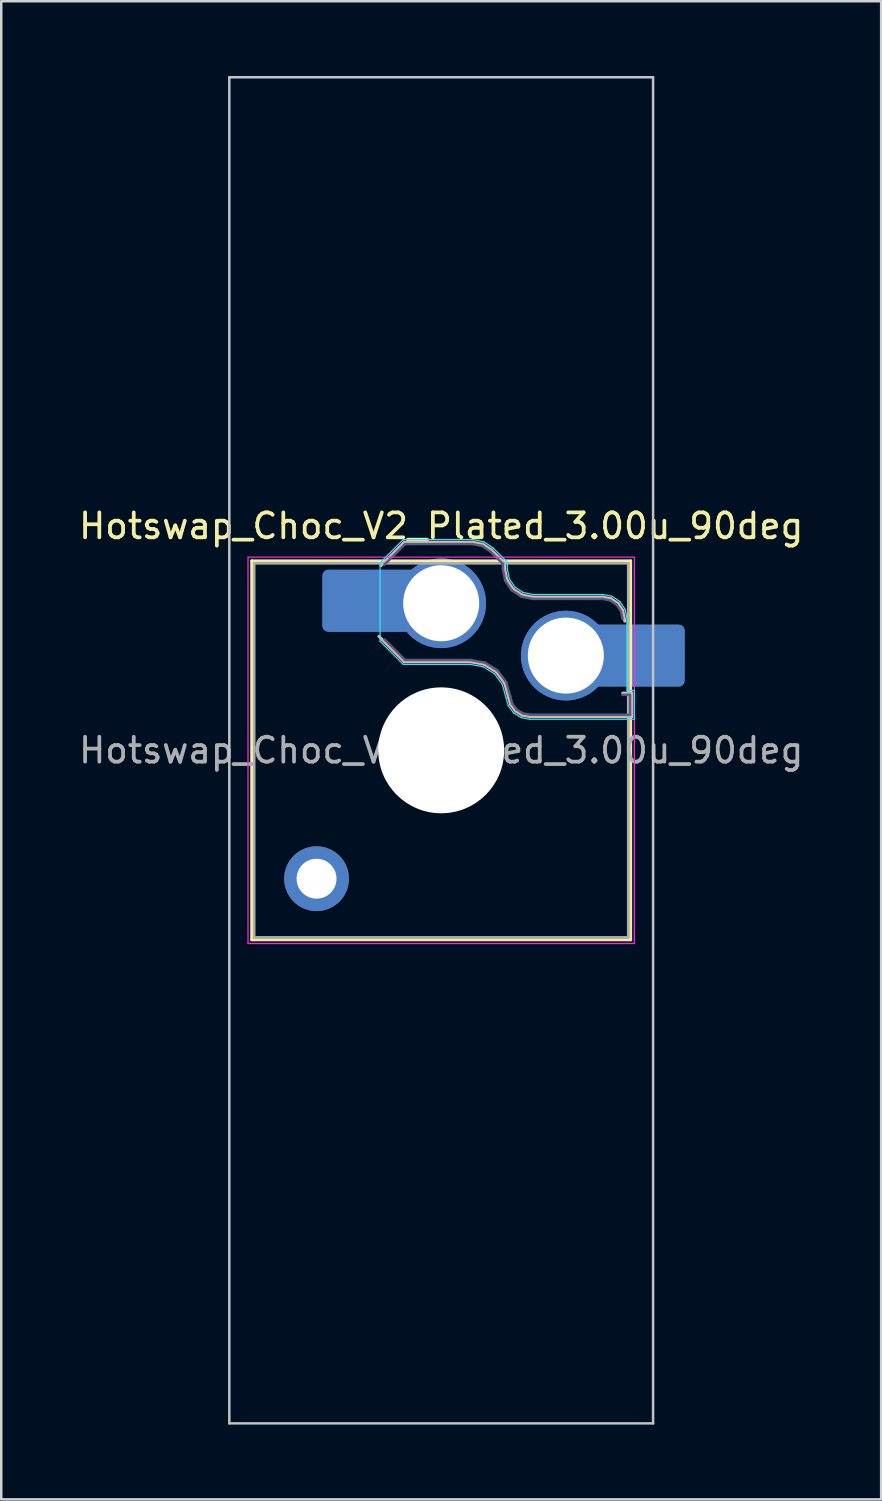
<source format=kicad_pcb>
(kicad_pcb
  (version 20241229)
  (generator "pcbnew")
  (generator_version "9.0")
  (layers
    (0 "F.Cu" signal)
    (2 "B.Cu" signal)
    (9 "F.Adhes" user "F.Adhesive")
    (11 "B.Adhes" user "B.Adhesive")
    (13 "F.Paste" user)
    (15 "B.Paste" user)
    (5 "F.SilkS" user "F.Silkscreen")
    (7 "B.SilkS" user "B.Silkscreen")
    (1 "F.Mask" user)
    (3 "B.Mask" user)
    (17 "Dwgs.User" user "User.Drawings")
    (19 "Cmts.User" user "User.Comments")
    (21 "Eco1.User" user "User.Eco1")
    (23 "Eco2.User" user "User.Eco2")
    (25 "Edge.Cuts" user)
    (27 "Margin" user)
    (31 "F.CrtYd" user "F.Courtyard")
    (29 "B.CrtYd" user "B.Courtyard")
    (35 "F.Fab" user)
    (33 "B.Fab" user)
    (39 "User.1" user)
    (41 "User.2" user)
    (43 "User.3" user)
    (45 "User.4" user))
  (footprint "Hotswap_Choc_V2_Plated_3.00u_90deg"
    (layer "F.Cu")
    (at 14.649 27.05)
    (property "Reference" "Hotswap_Choc_V2_Plated_3.00u_90deg" (at 0 -9 0) (layer "F.SilkS") (effects (font (size 1 1) (thickness 0.15))))
    (attr smd allow_soldermask_bridges)
    (fp_line (start -7.6 -7.6) (end -7.6 7.6) (stroke (width 0.12) (type solid)) (layer "F.SilkS"))
    (fp_line (start -7.6 7.6) (end 7.6 7.6) (stroke (width 0.12) (type solid)) (layer "F.SilkS"))
    (fp_line (start 7.6 -7.6) (end -7.6 -7.6) (stroke (width 0.12) (type solid)) (layer "F.SilkS"))
    (fp_line (start 7.6 7.6) (end 7.6 -7.6) (stroke (width 0.12) (type solid)) (layer "F.SilkS"))
    (fp_line (start -2.416 -7.409) (end -1.479 -8.346) (stroke (width 0.12) (type solid)) (layer "B.SilkS"))
    (fp_line (start -1.479 -8.346) (end 1.268 -8.346) (stroke (width 0.12) (type solid)) (layer "B.SilkS"))
    (fp_line (start -1.479 -3.554) (end -2.5 -4.575) (stroke (width 0.12) (type solid)) (layer "B.SilkS"))
    (fp_line (start 1.168 -3.554) (end -1.479 -3.554) (stroke (width 0.12) (type solid)) (layer "B.SilkS"))
    (fp_line (start 1.268 -8.346) (end 1.671 -8.266) (stroke (width 0.12) (type solid)) (layer "B.SilkS"))
    (fp_line (start 1.671 -8.266) (end 2.013 -8.037) (stroke (width 0.12) (type solid)) (layer "B.SilkS"))
    (fp_line (start 1.73 -3.449) (end 1.168 -3.554) (stroke (width 0.12) (type solid)) (layer "B.SilkS"))
    (fp_line (start 2.013 -8.037) (end 2.546 -7.504) (stroke (width 0.12) (type solid)) (layer "B.SilkS"))
    (fp_line (start 2.209 -3.15) (end 1.73 -3.449) (stroke (width 0.12) (type solid)) (layer "B.SilkS"))
    (fp_line (start 2.546 -7.504) (end 2.546 -7.282) (stroke (width 0.12) (type solid)) (layer "B.SilkS"))
    (fp_line (start 2.546 -7.282) (end 2.633 -6.844) (stroke (width 0.12) (type solid)) (layer "B.SilkS"))
    (fp_line (start 2.547 -2.697) (end 2.209 -3.15) (stroke (width 0.12) (type solid)) (layer "B.SilkS"))
    (fp_line (start 2.633 -6.844) (end 2.877 -6.477) (stroke (width 0.12) (type solid)) (layer "B.SilkS"))
    (fp_line (start 2.701 -2.139) (end 2.547 -2.697) (stroke (width 0.12) (type solid)) (layer "B.SilkS"))
    (fp_line (start 2.783 -1.841) (end 2.701 -2.139) (stroke (width 0.12) (type solid)) (layer "B.SilkS"))
    (fp_line (start 2.877 -6.477) (end 3.244 -6.233) (stroke (width 0.12) (type solid)) (layer "B.SilkS"))
    (fp_line (start 2.976 -1.583) (end 2.783 -1.841) (stroke (width 0.12) (type solid)) (layer "B.SilkS"))
    (fp_line (start 3.244 -6.233) (end 3.682 -6.146) (stroke (width 0.12) (type solid)) (layer "B.SilkS"))
    (fp_line (start 3.25 -1.413) (end 2.976 -1.583) (stroke (width 0.12) (type solid)) (layer "B.SilkS"))
    (fp_line (start 3.56 -1.354) (end 3.25 -1.413) (stroke (width 0.12) (type solid)) (layer "B.SilkS"))
    (fp_line (start 3.682 -6.146) (end 6.482 -6.146) (stroke (width 0.12) (type solid)) (layer "B.SilkS"))
    (fp_line (start 6.482 -6.146) (end 6.809 -6.081) (stroke (width 0.12) (type solid)) (layer "B.SilkS"))
    (fp_line (start 6.809 -6.081) (end 7.092 -5.892) (stroke (width 0.12) (type solid)) (layer "B.SilkS"))
    (fp_line (start 7.092 -5.892) (end 7.281 -5.609) (stroke (width 0.12) (type solid)) (layer "B.SilkS"))
    (fp_line (start 7.281 -5.609) (end 7.366 -5.182) (stroke (width 0.12) (type solid)) (layer "B.SilkS"))
    (fp_line (start 7.283 -2.296) (end 7.646 -2.296) (stroke (width 0.12) (type solid)) (layer "B.SilkS"))
    (fp_line (start 7.646 -2.296) (end 7.646 -1.354) (stroke (width 0.12) (type solid)) (layer "B.SilkS"))
    (fp_line (start 7.646 -1.354) (end 3.56 -1.354) (stroke (width 0.12) (type solid)) (layer "B.SilkS"))
    (fp_line (start -8.5 -27) (end 8.5 -27) (stroke (width 0.1) (type solid)) (layer "Dwgs.User"))
    (fp_line (start -8.5 27) (end -8.5 -27) (stroke (width 0.1) (type solid)) (layer "Dwgs.User"))
    (fp_line (start 8.5 -27) (end 8.5 27) (stroke (width 0.1) (type solid)) (layer "Dwgs.User"))
    (fp_line (start 8.5 27) (end -8.5 27) (stroke (width 0.1) (type solid)) (layer "Dwgs.User"))
    (fp_line (start -7.25 -7.25) (end -7.25 7.25) (stroke (width 0.1) (type solid)) (layer "Eco1.User"))
    (fp_line (start -7.25 7.25) (end 7.25 7.25) (stroke (width 0.1) (type solid)) (layer "Eco1.User"))
    (fp_line (start 7.25 -7.25) (end -7.25 -7.25) (stroke (width 0.1) (type solid)) (layer "Eco1.User"))
    (fp_line (start 7.25 7.25) (end 7.25 -7.25) (stroke (width 0.1) (type solid)) (layer "Eco1.User"))
    (fp_line (start -2.452 -7.523) (end -1.523 -8.452) (stroke (width 0.05) (type solid)) (layer "B.CrtYd"))
    (fp_line (start -2.452 -4.377) (end -2.452 -7.523) (stroke (width 0.05) (type solid)) (layer "B.CrtYd"))
    (fp_line (start -1.523 -8.452) (end 1.278 -8.452) (stroke (width 0.05) (type solid)) (layer "B.CrtYd"))
    (fp_line (start -1.523 -3.448) (end -2.452 -4.377) (stroke (width 0.05) (type solid)) (layer "B.CrtYd"))
    (fp_line (start 1.159 -3.448) (end -1.523 -3.448) (stroke (width 0.05) (type solid)) (layer "B.CrtYd"))
    (fp_line (start 1.278 -8.452) (end 1.712 -8.366) (stroke (width 0.05) (type solid)) (layer "B.CrtYd"))
    (fp_line (start 1.691 -3.348) (end 1.159 -3.448) (stroke (width 0.05) (type solid)) (layer "B.CrtYd"))
    (fp_line (start 1.712 -8.366) (end 2.081 -8.119) (stroke (width 0.05) (type solid)) (layer "B.CrtYd"))
    (fp_line (start 2.081 -8.119) (end 2.652 -7.548) (stroke (width 0.05) (type solid)) (layer "B.CrtYd"))
    (fp_line (start 2.136 -3.071) (end 1.691 -3.348) (stroke (width 0.05) (type solid)) (layer "B.CrtYd"))
    (fp_line (start 2.45 -2.65) (end 2.136 -3.071) (stroke (width 0.05) (type solid)) (layer "B.CrtYd"))
    (fp_line (start 2.599 -2.111) (end 2.45 -2.65) (stroke (width 0.05) (type solid)) (layer "B.CrtYd"))
    (fp_line (start 2.652 -7.548) (end 2.652 -7.292) (stroke (width 0.05) (type solid)) (layer "B.CrtYd"))
    (fp_line (start 2.652 -7.292) (end 2.733 -6.885) (stroke (width 0.05) (type solid)) (layer "B.CrtYd"))
    (fp_line (start 2.687 -1.794) (end 2.599 -2.111) (stroke (width 0.05) (type solid)) (layer "B.CrtYd"))
    (fp_line (start 2.733 -6.885) (end 2.953 -6.553) (stroke (width 0.05) (type solid)) (layer "B.CrtYd"))
    (fp_line (start 2.903 -1.503) (end 2.687 -1.794) (stroke (width 0.05) (type solid)) (layer "B.CrtYd"))
    (fp_line (start 2.953 -6.553) (end 3.285 -6.333) (stroke (width 0.05) (type solid)) (layer "B.CrtYd"))
    (fp_line (start 3.211 -1.312) (end 2.903 -1.503) (stroke (width 0.05) (type solid)) (layer "B.CrtYd"))
    (fp_line (start 3.285 -6.333) (end 3.692 -6.252) (stroke (width 0.05) (type solid)) (layer "B.CrtYd"))
    (fp_line (start 3.55 -1.248) (end 3.211 -1.312) (stroke (width 0.05) (type solid)) (layer "B.CrtYd"))
    (fp_line (start 3.692 -6.252) (end 6.492 -6.252) (stroke (width 0.05) (type solid)) (layer "B.CrtYd"))
    (fp_line (start 6.492 -6.252) (end 6.85 -6.181) (stroke (width 0.05) (type solid)) (layer "B.CrtYd"))
    (fp_line (start 6.85 -6.181) (end 7.168 -5.968) (stroke (width 0.05) (type solid)) (layer "B.CrtYd"))
    (fp_line (start 7.168 -5.968) (end 7.381 -5.65) (stroke (width 0.05) (type solid)) (layer "B.CrtYd"))
    (fp_line (start 7.381 -5.65) (end 7.452 -5.292) (stroke (width 0.05) (type solid)) (layer "B.CrtYd"))
    (fp_line (start 7.452 -5.292) (end 7.452 -2.402) (stroke (width 0.05) (type solid)) (layer "B.CrtYd"))
    (fp_line (start 7.452 -2.402) (end 7.752 -2.402) (stroke (width 0.05) (type solid)) (layer "B.CrtYd"))
    (fp_line (start 7.752 -2.402) (end 7.752 -1.248) (stroke (width 0.05) (type solid)) (layer "B.CrtYd"))
    (fp_line (start 7.752 -1.248) (end 3.55 -1.248) (stroke (width 0.05) (type solid)) (layer "B.CrtYd"))
    (fp_line (start -7.75 -7.75) (end -7.75 7.75) (stroke (width 0.05) (type solid)) (layer "F.CrtYd"))
    (fp_line (start -7.75 7.75) (end 7.75 7.75) (stroke (width 0.05) (type solid)) (layer "F.CrtYd"))
    (fp_line (start 7.75 -7.75) (end -7.75 -7.75) (stroke (width 0.05) (type solid)) (layer "F.CrtYd"))
    (fp_line (start 7.75 7.75) (end 7.75 -7.75) (stroke (width 0.05) (type solid)) (layer "F.CrtYd"))
    (fp_line (start -2.275 -7.45) (end -1.45 -8.275) (stroke (width 0.1) (type solid)) (layer "B.Fab"))
    (fp_line (start -1.45 -8.275) (end 1.261 -8.275) (stroke (width 0.1) (type solid)) (layer "B.Fab"))
    (fp_line (start -1.45 -3.625) (end -2.275 -4.45) (stroke (width 0.1) (type solid)) (layer "B.Fab"))
    (fp_line (start 1.175 -3.625) (end -1.45 -3.625) (stroke (width 0.1) (type solid)) (layer "B.Fab"))
    (fp_line (start 1.261 -8.275) (end 1.643 -8.199) (stroke (width 0.1) (type solid)) (layer "B.Fab"))
    (fp_line (start 1.643 -8.199) (end 1.968 -7.982) (stroke (width 0.1) (type solid)) (layer "B.Fab"))
    (fp_line (start 1.756 -3.516) (end 1.175 -3.625) (stroke (width 0.1) (type solid)) (layer "B.Fab"))
    (fp_line (start 1.968 -7.982) (end 2.475 -7.475) (stroke (width 0.1) (type solid)) (layer "B.Fab"))
    (fp_line (start 2.258 -3.203) (end 1.756 -3.516) (stroke (width 0.1) (type solid)) (layer "B.Fab"))
    (fp_line (start 2.475 -7.475) (end 2.475 -7.275) (stroke (width 0.1) (type solid)) (layer "B.Fab"))
    (fp_line (start 2.475 -7.275) (end 2.566 -6.816) (stroke (width 0.1) (type solid)) (layer "B.Fab"))
    (fp_line (start 2.566 -6.816) (end 2.826 -6.426) (stroke (width 0.1) (type solid)) (layer "B.Fab"))
    (fp_line (start 2.612 -2.729) (end 2.258 -3.203) (stroke (width 0.1) (type solid)) (layer "B.Fab"))
    (fp_line (start 2.769 -2.158) (end 2.612 -2.729) (stroke (width 0.1) (type solid)) (layer "B.Fab"))
    (fp_line (start 2.826 -6.426) (end 3.216 -6.166) (stroke (width 0.1) (type solid)) (layer "B.Fab"))
    (fp_line (start 2.848 -1.873) (end 2.769 -2.158) (stroke (width 0.1) (type solid)) (layer "B.Fab"))
    (fp_line (start 3.025 -1.636) (end 2.848 -1.873) (stroke (width 0.1) (type solid)) (layer "B.Fab"))
    (fp_line (start 3.216 -6.166) (end 3.675 -6.075) (stroke (width 0.1) (type solid)) (layer "B.Fab"))
    (fp_line (start 3.276 -1.48) (end 3.025 -1.636) (stroke (width 0.1) (type solid)) (layer "B.Fab"))
    (fp_line (start 3.567 -1.425) (end 3.276 -1.48) (stroke (width 0.1) (type solid)) (layer "B.Fab"))
    (fp_line (start 3.675 -6.075) (end 6.475 -6.075) (stroke (width 0.1) (type solid)) (layer "B.Fab"))
    (fp_line (start 6.475 -6.075) (end 6.781 -6.014) (stroke (width 0.1) (type solid)) (layer "B.Fab"))
    (fp_line (start 6.781 -6.014) (end 7.041 -5.841) (stroke (width 0.1) (type solid)) (layer "B.Fab"))
    (fp_line (start 7.041 -5.841) (end 7.214 -5.581) (stroke (width 0.1) (type solid)) (layer "B.Fab"))
    (fp_line (start 7.214 -5.581) (end 7.275 -5.275) (stroke (width 0.1) (type solid)) (layer "B.Fab"))
    (fp_line (start 7.275 -2.225) (end 7.575 -2.225) (stroke (width 0.1) (type solid)) (layer "B.Fab"))
    (fp_line (start 7.575 -2.225) (end 7.575 -1.425) (stroke (width 0.1) (type solid)) (layer "B.Fab"))
    (fp_line (start 7.575 -1.425) (end 3.567 -1.425) (stroke (width 0.1) (type solid)) (layer "B.Fab"))
    (fp_line (start -7.5 -7.5) (end -7.5 7.5) (stroke (width 0.1) (type solid)) (layer "F.Fab"))
    (fp_line (start -7.5 7.5) (end 7.5 7.5) (stroke (width 0.1) (type solid)) (layer "F.Fab"))
    (fp_line (start 7.5 -7.5) (end -7.5 -7.5) (stroke (width 0.1) (type solid)) (layer "F.Fab"))
    (fp_line (start 7.5 7.5) (end 7.5 -7.5) (stroke (width 0.1) (type solid)) (layer "F.Fab"))
    (fp_text user "${REFERENCE}" (at 0 0 0) (layer "F.Fab") (effects (font (size 1 1) (thickness 0.15))))
    (pad "" thru_hole circle (at -5 5.15) (size 2.6 2.6) (drill 1.6) (layers "*.Cu" "*.Mask"))
    (pad "" smd roundrect (at -3.5 -6) (size 2.55 2.5) (layers "B.Mask" "B.Paste") (roundrect_rratio 0.1))
    (pad "" np_thru_hole circle (at 0 0) (size 5.05 5.05) (drill 5.05) (layers "*.Cu" "*.Mask"))
    (pad "" smd roundrect (at 8.5 -3.8) (size 2.55 2.5) (layers "B.Mask" "B.Paste") (roundrect_rratio 0.1))
    (pad "1" smd roundrect (at -2.85 -6) (size 3.85 2.5) (layers "B.Cu") (roundrect_rratio 0.1))
    (pad "1" thru_hole circle (at 0 -5.9) (size 3.6 3.6) (drill 3.05) (layers "*.Cu" "*.Mask"))
    (pad "2" thru_hole circle (at 5 -3.8) (size 3.6 3.6) (drill 3.05) (layers "*.Cu" "*.Mask"))
    (pad "2" smd roundrect (at 7.85 -3.8) (size 3.85 2.5) (layers "B.Cu") (roundrect_rratio 0.1)))
  (gr_rect
    (start -3 -3)
    (end 32.298 57.1)
    (stroke (width 0.1) (type default))
    (fill no)
    (layer "Edge.Cuts")))
</source>
